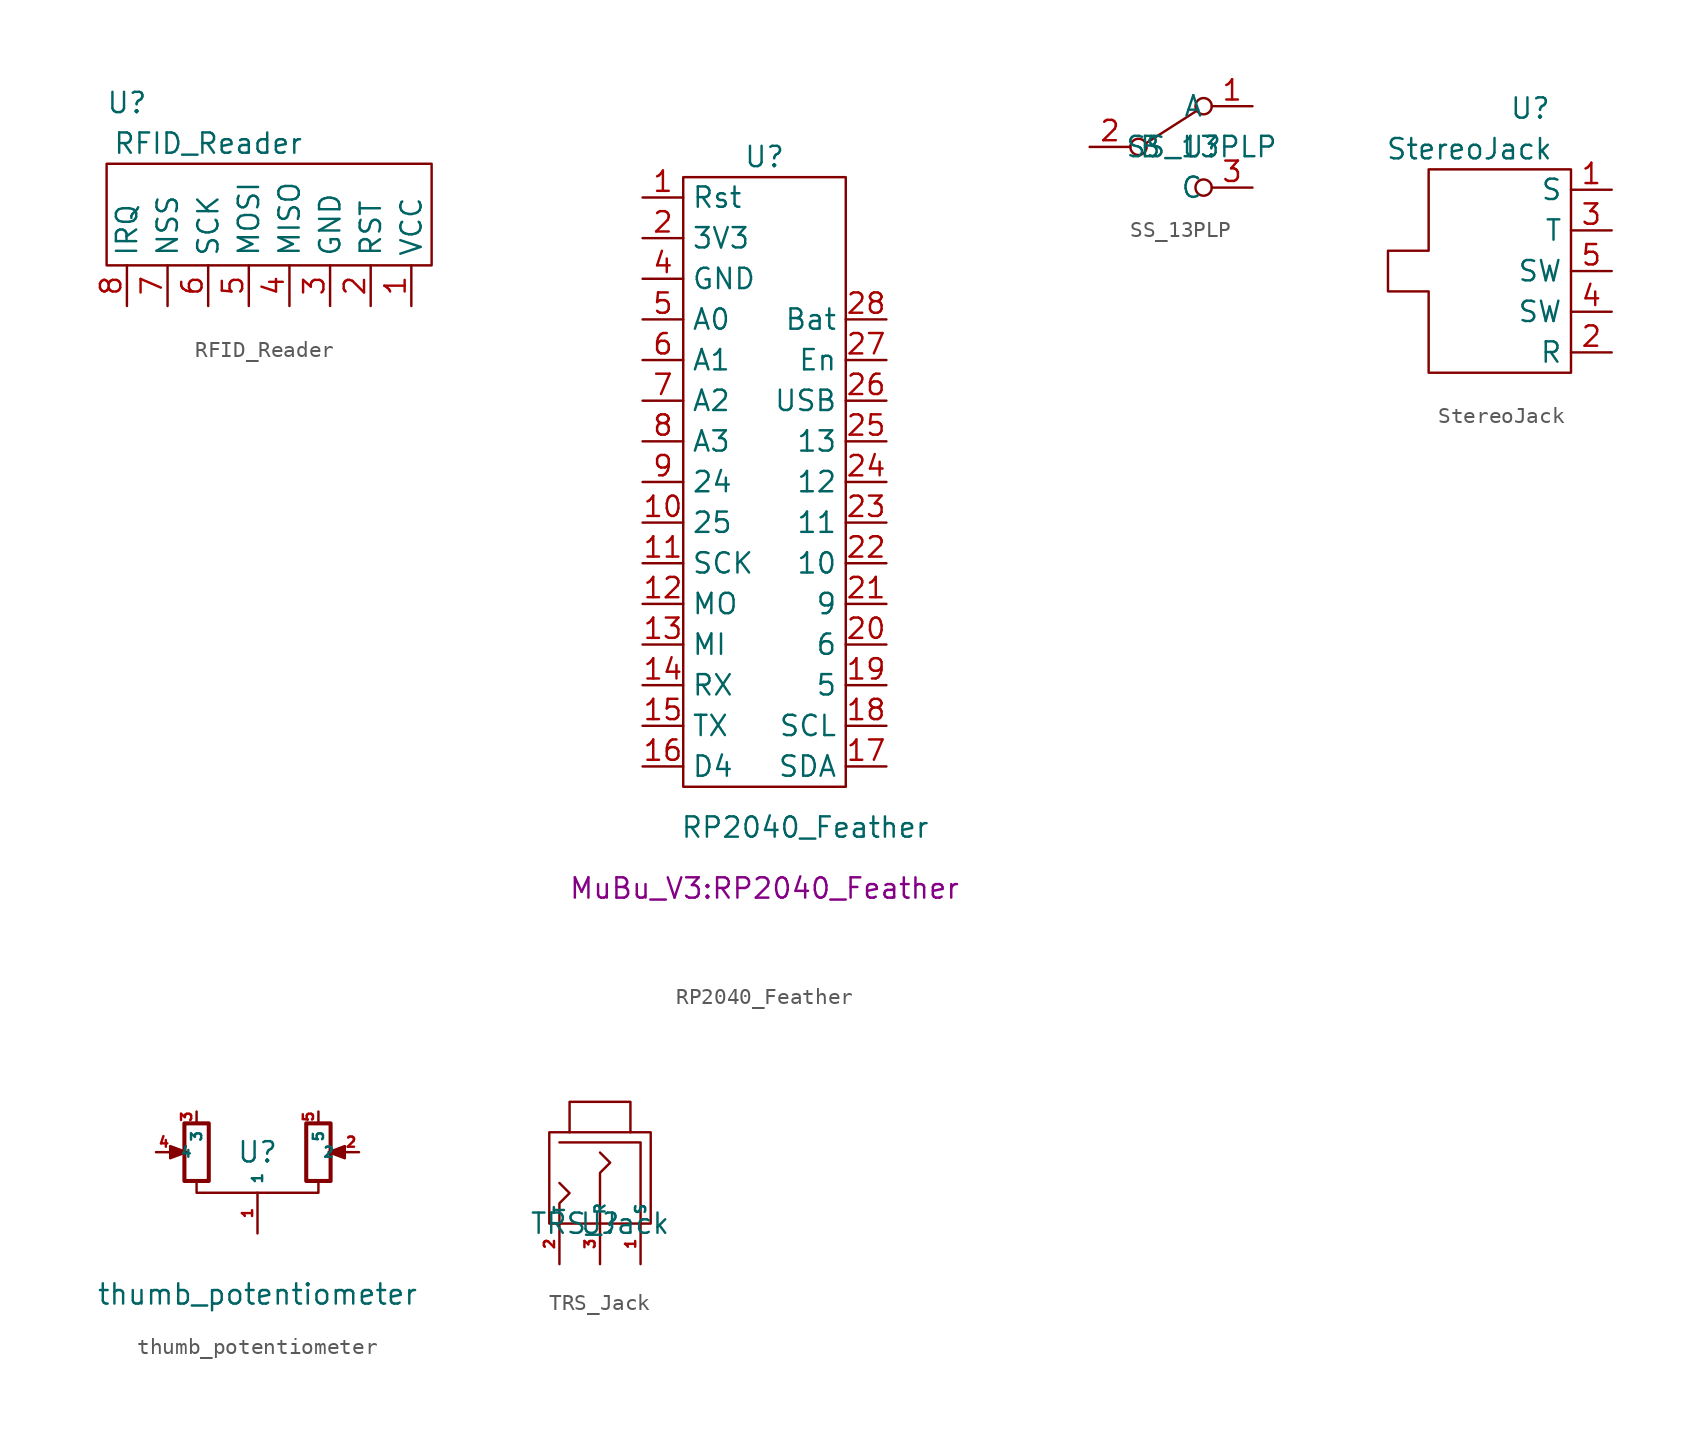
<source format=kicad_sym>
(kicad_symbol_lib
  (version 20211014)
  (generator kicad_symbol_editor)
  (symbol "RFID_Reader"
    (property "Reference" "U"
      (at -8.89 8.89 0)
      (effects (font (size 1.27 1.27))))
    (property "Value" "RFID_Reader"
      (at -3.81 6.35 0)
      (effects (font (size 1.27 1.27))))
    (symbol "RFID_Reader_0_1"
      (polyline (pts (xy 10.16 -1.27) (xy -10.16 -1.27) (xy -10.16 5.08) (xy 10.16 5.08) (xy 10.16 -1.27)) (stroke (width 0) (type default) (color 0 0 0 0)) (fill (type none))))
    (symbol "RFID_Reader_1_1"
      (pin input line (at 8.89 -3.81 90) (length 2.54) (name "VCC" (effects (font (size 1.27 1.27)))) (number "1" (effects (font (size 1.27 1.27)))))
      (pin input line (at 6.35 -3.81 90) (length 2.54) (name "RST" (effects (font (size 1.27 1.27)))) (number "2" (effects (font (size 1.27 1.27)))))
      (pin input line (at 3.81 -3.81 90) (length 2.54) (name "GND" (effects (font (size 1.27 1.27)))) (number "3" (effects (font (size 1.27 1.27)))))
      (pin input line (at 1.27 -3.81 90) (length 2.54) (name "MISO" (effects (font (size 1.27 1.27)))) (number "4" (effects (font (size 1.27 1.27)))))
      (pin input line (at -1.27 -3.81 90) (length 2.54) (name "MOSI" (effects (font (size 1.27 1.27)))) (number "5" (effects (font (size 1.27 1.27)))))
      (pin input line (at -3.81 -3.81 90) (length 2.54) (name "SCK" (effects (font (size 1.27 1.27)))) (number "6" (effects (font (size 1.27 1.27)))))
      (pin input line (at -6.35 -3.81 90) (length 2.54) (name "NSS" (effects (font (size 1.27 1.27)))) (number "7" (effects (font (size 1.27 1.27)))))
      (pin input line (at -8.89 -3.81 90) (length 2.54) (name "IRQ" (effects (font (size 1.27 1.27)))) (number "8" (effects (font (size 1.27 1.27)))))))
  (symbol "RP2040_Feather"
    (property "Reference" "U"
      (at 0 29.21 0)
      (effects (font (size 1.27 1.27))))
    (property "Value" "RP2040_Feather"
      (at 2.54 -12.7 0)
      (effects (font (size 1.27 1.27))))
    (property "Footprint" "MuBu_V3:RP2040_Feather"
      (at 0 -16.51 0)
      (effects (font (size 1.27 1.27))))
    (symbol "RP2040_Feather_0_1"
      (polyline (pts (xy -5.08 27.94) (xy -5.08 -10.16) (xy 5.08 -10.16) (xy 5.08 27.94) (xy -5.08 27.94)) (stroke (width 0) (type default) (color 0 0 0 0)) (fill (type none))))
    (symbol "RP2040_Feather_1_1"
      (pin input line (at -7.62 26.67 0) (length 2.54) (name "Rst" (effects (font (size 1.27 1.27)))) (number "1" (effects (font (size 1.27 1.27)))))
      (pin input line (at -7.62 6.35 0) (length 2.54) (name "25" (effects (font (size 1.27 1.27)))) (number "10" (effects (font (size 1.27 1.27)))))
      (pin input line (at -7.62 3.81 0) (length 2.54) (name "SCK" (effects (font (size 1.27 1.27)))) (number "11" (effects (font (size 1.27 1.27)))))
      (pin input line (at -7.62 1.27 0) (length 2.54) (name "MO" (effects (font (size 1.27 1.27)))) (number "12" (effects (font (size 1.27 1.27)))))
      (pin input line (at -7.62 -1.27 0) (length 2.54) (name "MI" (effects (font (size 1.27 1.27)))) (number "13" (effects (font (size 1.27 1.27)))))
      (pin input line (at -7.62 -3.81 0) (length 2.54) (name "RX" (effects (font (size 1.27 1.27)))) (number "14" (effects (font (size 1.27 1.27)))))
      (pin input line (at -7.62 -6.35 0) (length 2.54) (name "TX" (effects (font (size 1.27 1.27)))) (number "15" (effects (font (size 1.27 1.27)))))
      (pin input line (at -7.62 -8.89 0) (length 2.54) (name "D4" (effects (font (size 1.27 1.27)))) (number "16" (effects (font (size 1.27 1.27)))))
      (pin input line (at 7.62 -8.89 180) (length 2.54) (name "SDA" (effects (font (size 1.27 1.27)))) (number "17" (effects (font (size 1.27 1.27)))))
      (pin input line (at 7.62 -6.35 180) (length 2.54) (name "SCL" (effects (font (size 1.27 1.27)))) (number "18" (effects (font (size 1.27 1.27)))))
      (pin input line (at 7.62 -3.81 180) (length 2.54) (name "5" (effects (font (size 1.27 1.27)))) (number "19" (effects (font (size 1.27 1.27)))))
      (pin input line (at -7.62 24.13 0) (length 2.54) (name "3V3" (effects (font (size 1.27 1.27)))) (number "2" (effects (font (size 1.27 1.27)))))
      (pin input line (at 7.62 -1.27 180) (length 2.54) (name "6" (effects (font (size 1.27 1.27)))) (number "20" (effects (font (size 1.27 1.27)))))
      (pin input line (at 7.62 1.27 180) (length 2.54) (name "9" (effects (font (size 1.27 1.27)))) (number "21" (effects (font (size 1.27 1.27)))))
      (pin input line (at 7.62 3.81 180) (length 2.54) (name "10" (effects (font (size 1.27 1.27)))) (number "22" (effects (font (size 1.27 1.27)))))
      (pin input line (at 7.62 6.35 180) (length 2.54) (name "11" (effects (font (size 1.27 1.27)))) (number "23" (effects (font (size 1.27 1.27)))))
      (pin input line (at 7.62 8.89 180) (length 2.54) (name "12" (effects (font (size 1.27 1.27)))) (number "24" (effects (font (size 1.27 1.27)))))
      (pin input line (at 7.62 11.43 180) (length 2.54) (name "13" (effects (font (size 1.27 1.27)))) (number "25" (effects (font (size 1.27 1.27)))))
      (pin input line (at 7.62 13.97 180) (length 2.54) (name "USB" (effects (font (size 1.27 1.27)))) (number "26" (effects (font (size 1.27 1.27)))))
      (pin input line (at 7.62 16.51 180) (length 2.54) (name "En" (effects (font (size 1.27 1.27)))) (number "27" (effects (font (size 1.27 1.27)))))
      (pin input line (at 7.62 19.05 180) (length 2.54) (name "Bat" (effects (font (size 1.27 1.27)))) (number "28" (effects (font (size 1.27 1.27)))))
      (pin input line (at -7.62 21.59 0) (length 2.54) (name "GND" (effects (font (size 1.27 1.27)))) (number "4" (effects (font (size 1.27 1.27)))))
      (pin input line (at -7.62 19.05 0) (length 2.54) (name "A0" (effects (font (size 1.27 1.27)))) (number "5" (effects (font (size 1.27 1.27)))))
      (pin input line (at -7.62 16.51 0) (length 2.54) (name "A1" (effects (font (size 1.27 1.27)))) (number "6" (effects (font (size 1.27 1.27)))))
      (pin input line (at -7.62 13.97 0) (length 2.54) (name "A2" (effects (font (size 1.27 1.27)))) (number "7" (effects (font (size 1.27 1.27)))))
      (pin input line (at -7.62 11.43 0) (length 2.54) (name "A3" (effects (font (size 1.27 1.27)))) (number "8" (effects (font (size 1.27 1.27)))))
      (pin input line (at -7.62 8.89 0) (length 2.54) (name "24" (effects (font (size 1.27 1.27)))) (number "9" (effects (font (size 1.27 1.27)))))))
  (symbol "SS_13PLP"
    (property "Reference" "U"
      (at 0 0 0)
      (effects (font (size 1.27 1.27))))
    (property "Value" "SS_13PLP"
      (at 0 0 0)
      (effects (font (size 1.27 1.27))))
    (symbol "SS_13PLP_0_0"
      (circle (center -3.937 0) (radius 0.508) (stroke (width 0) (type default) (color 0 0 0 0)) (fill (type none)))
      (circle (center 0.127 -2.54) (radius 0.508) (stroke (width 0) (type default) (color 0 0 0 0)) (fill (type none))))
    (symbol "SS_13PLP_0_1"
      (polyline (pts (xy -3.429 0.254) (xy -0.254 2.286)) (stroke (width 0) (type default) (color 0 0 0 0)) (fill (type none)))
      (circle (center 0.127 2.54) (radius 0.508) (stroke (width 0) (type default) (color 0 0 0 0)) (fill (type none))))
    (symbol "SS_13PLP_1_1"
      (pin passive line (at 3.175 2.54 180) (length 2.54) (name "A" (effects (font (size 1.27 1.27)))) (number "1" (effects (font (size 1.27 1.27)))))
      (pin passive line (at -6.985 0 0) (length 2.54) (name "B" (effects (font (size 1.27 1.27)))) (number "2" (effects (font (size 1.27 1.27)))))
      (pin passive line (at 3.175 -2.54 180) (length 2.54) (name "C" (effects (font (size 1.27 1.27)))) (number "3" (effects (font (size 1.27 1.27)))))))
  (symbol "StereoJack"
    (property "Reference" "U"
      (at 6.35 10.16 0)
      (effects (font (size 1.27 1.27))))
    (property "Value" "StereoJack"
      (at 2.54 7.62 0)
      (effects (font (size 1.27 1.27))))
    (symbol "StereoJack_0_1"
      (polyline (pts (xy 8.89 5.08) (xy 8.89 6.35) (xy 0 6.35) (xy 0 1.27) (xy -2.54 1.27) (xy -2.54 -1.27) (xy 0 -1.27) (xy 0 -6.35) (xy 8.89 -6.35) (xy 8.89 5.08)) (stroke (width 0) (type default) (color 0 0 0 0)) (fill (type none))))
    (symbol "StereoJack_1_1"
      (pin input line (at 11.43 5.08 180) (length 2.54) (name "S" (effects (font (size 1.27 1.27)))) (number "1" (effects (font (size 1.27 1.27)))))
      (pin input line (at 11.43 -5.08 180) (length 2.54) (name "R" (effects (font (size 1.27 1.27)))) (number "2" (effects (font (size 1.27 1.27)))))
      (pin input line (at 11.43 2.54 180) (length 2.54) (name "T" (effects (font (size 1.27 1.27)))) (number "3" (effects (font (size 1.27 1.27)))))
      (pin input line (at 11.43 -2.54 180) (length 2.54) (name "SW" (effects (font (size 1.27 1.27)))) (number "4" (effects (font (size 1.27 1.27)))))
      (pin input line (at 11.43 0 180) (length 2.54) (name "SW" (effects (font (size 1.27 1.27)))) (number "5" (effects (font (size 1.27 1.27)))))))
  (symbol "thumb_potentiometer"
    (property "Reference" "U"
      (at 0 0 0)
      (effects (font (size 1.27 1.27))))
    (property "Value" "thumb_potentiometer"
      (at 0 -8.89 0)
      (effects (font (size 1.27 1.27))))
    (symbol "thumb_potentiometer_0_1"
      (rectangle (start -4.572 -1.803) (end -3.048 1.803) (stroke (width 0.254) (type default) (color 0 0 0 0)) (fill (type none)))
      (polyline (pts (xy 3.81 -1.905) (xy 3.81 -2.54) (xy -3.81 -2.54) (xy -3.81 -1.905)) (stroke (width 0) (type default) (color 0 0 0 0)) (fill (type none)))
      (polyline (pts (xy -4.699 0) (xy -4.445 0) (xy -5.461 -0.381) (xy -5.461 0.381) (xy -4.445 0) (xy -4.699 0)) (stroke (width 0) (type default) (color 0 0 0 0)) (fill (type outline)))
      (polyline (pts (xy 4.699 0) (xy 4.445 0) (xy 5.461 0.381) (xy 5.461 -0.381) (xy 4.445 0) (xy 4.699 0)) (stroke (width 0) (type default) (color 0 0 0 0)) (fill (type outline)))
      (rectangle (start 4.572 1.803) (end 3.048 -1.803) (stroke (width 0.254) (type default) (color 0 0 0 0)) (fill (type none))))
    (symbol "thumb_potentiometer_1_1"
      (pin passive line (at 0 -5.08 90) (length 2.54) (name "1" (effects (font (size 0.635 0.635)))) (number "1" (effects (font (size 0.635 0.635)))))
      (pin passive line (at 6.35 0 180) (length 0.991) (name "2" (effects (font (size 0.635 0.635)))) (number "2" (effects (font (size 0.635 0.635)))))
      (pin passive line (at -3.81 2.54 270) (length 0.635) (name "3" (effects (font (size 0.635 0.635)))) (number "3" (effects (font (size 0.635 0.635)))))
      (pin passive line (at -6.35 0 0) (length 0.991) (name "4" (effects (font (size 0.635 0.635)))) (number "4" (effects (font (size 0.635 0.635)))))
      (pin passive line (at 3.81 2.54 270) (length 0.635) (name "5" (effects (font (size 0.635 0.635)))) (number "5" (effects (font (size 0.635 0.635)))))))
  (symbol "TRS_Jack"
    (property "Reference" "U"
      (at 0 0 0)
      (effects (font (size 1.27 1.27))))
    (property "Value" "TRS_Jack"
      (at 0 0 0)
      (effects (font (size 1.27 1.27))))
    (symbol "TRS_Jack_0_1"
      (polyline (pts (xy 2.54 0) (xy 2.54 5.08) (xy -2.54 5.08)) (stroke (width 0) (type default) (color 0 0 0 0)) (fill (type none)))
      (polyline (pts (xy -2.54 0) (xy -2.54 1.27) (xy -1.905 1.905) (xy -2.54 2.54)) (stroke (width 0) (type default) (color 0 0 0 0)) (fill (type none)))
      (polyline (pts (xy -1.905 5.715) (xy -1.905 7.62) (xy 1.905 7.62) (xy 1.905 5.715)) (stroke (width 0) (type default) (color 0 0 0 0)) (fill (type none)))
      (polyline (pts (xy 0 0) (xy 0 3.175) (xy 0.635 3.81) (xy 0 4.445)) (stroke (width 0) (type default) (color 0 0 0 0)) (fill (type none)))
      (polyline (pts (xy 3.175 0) (xy -3.175 0) (xy -3.175 5.715) (xy 3.175 5.715) (xy 3.175 0)) (stroke (width 0) (type default) (color 0 0 0 0)) (fill (type none))))
    (symbol "TRS_Jack_1_1"
      (pin passive line (at 2.54 -2.54 90) (length 2.54) (name "S" (effects (font (size 0.635 0.635)))) (number "1" (effects (font (size 0.635 0.635)))))
      (pin passive line (at -2.54 -2.54 90) (length 2.54) (name "T" (effects (font (size 0.635 0.635)))) (number "2" (effects (font (size 0.635 0.635)))))
      (pin passive line (at 0 -2.54 90) (length 2.54) (name "R" (effects (font (size 0.635 0.635)))) (number "3" (effects (font (size 0.635 0.635))))))))
</source>
